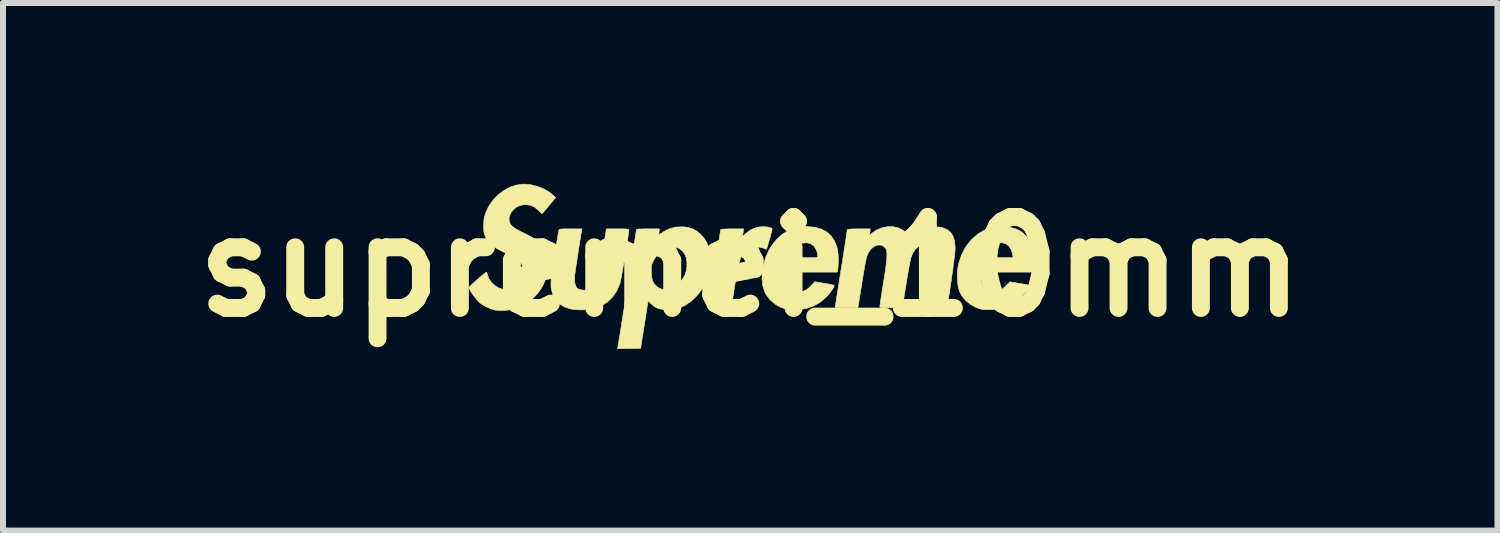
<source format=kicad_pcb>
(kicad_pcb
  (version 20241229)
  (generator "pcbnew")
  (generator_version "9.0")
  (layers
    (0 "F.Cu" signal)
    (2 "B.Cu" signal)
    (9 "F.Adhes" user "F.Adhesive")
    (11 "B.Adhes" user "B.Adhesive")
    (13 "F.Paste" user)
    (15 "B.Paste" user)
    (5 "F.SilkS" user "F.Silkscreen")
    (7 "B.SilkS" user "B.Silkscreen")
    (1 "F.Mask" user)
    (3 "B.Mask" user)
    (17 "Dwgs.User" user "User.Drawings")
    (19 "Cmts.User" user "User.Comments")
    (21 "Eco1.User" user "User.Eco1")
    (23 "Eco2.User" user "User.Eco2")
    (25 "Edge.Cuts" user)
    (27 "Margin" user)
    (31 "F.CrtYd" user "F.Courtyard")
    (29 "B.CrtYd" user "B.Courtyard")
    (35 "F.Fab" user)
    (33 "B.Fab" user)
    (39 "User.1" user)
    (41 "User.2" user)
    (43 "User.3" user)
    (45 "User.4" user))
  (footprint "supremei_10mm"
    (layer "F.Cu")
    (at 9.514 1.418)
    (property "Reference" "supremei_10mm" (at 0 0 0) (layer "F.SilkS") (effects (font (size 1.524 1.524) (thickness 0.3))))
    (attr through_hole)
    (fp_poly (pts (xy 0.295 -0.666) (xy 0.337 -0.656) (xy 0.363 -0.644) (xy 0.368 -0.633) (xy 0.365 -0.618) (xy 0.356 -0.584) (xy 0.344 -0.536) (xy 0.329 -0.482) (xy 0.313 -0.426) (xy 0.298 -0.374) (xy 0.285 -0.331) (xy 0.276 -0.302) (xy 0.273 -0.294) (xy 0.26 -0.297) (xy 0.235 -0.308) (xy 0.23 -0.31) (xy 0.185 -0.324) (xy 0.125 -0.33) (xy 0.061 -0.326) (xy 0.011 -0.315) (xy -0.043 -0.289) (xy -0.095 -0.245) (xy -0.139 -0.189) (xy -0.152 -0.167) (xy -0.166 -0.135) (xy -0.18 -0.097) (xy -0.193 -0.05) (xy -0.206 0.01) (xy -0.221 0.084) (xy -0.237 0.177) (xy -0.255 0.292) (xy -0.26 0.324) (xy -0.274 0.409) (xy -0.286 0.487) (xy -0.297 0.555) (xy -0.305 0.608) (xy -0.311 0.642) (xy -0.313 0.651) (xy -0.32 0.686) (xy -0.509 0.686) (xy -0.575 0.685) (xy -0.631 0.684) (xy -0.673 0.682) (xy -0.696 0.679) (xy -0.699 0.678) (xy -0.697 0.664) (xy -0.691 0.627) (xy -0.682 0.57) (xy -0.671 0.496) (xy -0.656 0.406) (xy -0.64 0.302) (xy -0.622 0.188) (xy -0.603 0.066) (xy -0.597 0.029) (xy -0.577 -0.095) (xy -0.559 -0.212) (xy -0.542 -0.319) (xy -0.527 -0.414) (xy -0.515 -0.494) (xy -0.505 -0.557) (xy -0.498 -0.6) (xy -0.495 -0.621) (xy -0.495 -0.623) (xy -0.483 -0.627) (xy -0.449 -0.631) (xy -0.395 -0.634) (xy -0.324 -0.635) (xy -0.303 -0.635) (xy -0.111 -0.635) (xy -0.119 -0.572) (xy -0.128 -0.509) (xy -0.08 -0.552) (xy 0.001 -0.614) (xy 0.085 -0.652) (xy 0.177 -0.67) (xy 0.185 -0.67) (xy 0.242 -0.671) (xy 0.295 -0.666)) (stroke (width 0.01) (type solid)) (fill yes) (layer "F.SilkS"))
    (fp_poly (pts (xy 1.079 -0.663) (xy 1.187 -0.634) (xy 1.279 -0.585) (xy 1.355 -0.518) (xy 1.412 -0.432) (xy 1.452 -0.33) (xy 1.472 -0.21) (xy 1.476 -0.14) (xy 1.475 -0.08) (xy 1.473 -0.022) (xy 1.469 0.023) (xy 1.467 0.035) (xy 1.458 0.089) (xy 0.594 0.089) (xy 0.599 0.189) (xy 0.611 0.277) (xy 0.637 0.343) (xy 0.676 0.389) (xy 0.729 0.416) (xy 0.798 0.425) (xy 0.875 0.415) (xy 0.943 0.384) (xy 1.007 0.331) (xy 1.027 0.31) (xy 1.08 0.25) (xy 1.24 0.277) (xy 1.301 0.287) (xy 1.352 0.297) (xy 1.388 0.305) (xy 1.406 0.309) (xy 1.406 0.31) (xy 1.405 0.325) (xy 1.391 0.355) (xy 1.366 0.394) (xy 1.334 0.437) (xy 1.298 0.48) (xy 1.271 0.509) (xy 1.168 0.596) (xy 1.055 0.659) (xy 0.931 0.7) (xy 0.796 0.718) (xy 0.787 0.718) (xy 0.727 0.719) (xy 0.67 0.717) (xy 0.625 0.713) (xy 0.613 0.711) (xy 0.509 0.678) (xy 0.415 0.624) (xy 0.334 0.554) (xy 0.27 0.471) (xy 0.247 0.428) (xy 0.212 0.322) (xy 0.197 0.206) (xy 0.201 0.085) (xy 0.223 -0.038) (xy 0.258 -0.152) (xy 0.646 -0.152) (xy 1.13 -0.152) (xy 1.13 -0.194) (xy 1.124 -0.232) (xy 1.111 -0.276) (xy 1.106 -0.287) (xy 1.067 -0.347) (xy 1.014 -0.386) (xy 0.951 -0.403) (xy 0.879 -0.396) (xy 0.871 -0.394) (xy 0.801 -0.363) (xy 0.741 -0.31) (xy 0.69 -0.234) (xy 0.687 -0.23) (xy 0.646 -0.152) (xy 0.258 -0.152) (xy 0.26 -0.16) (xy 0.313 -0.276) (xy 0.379 -0.382) (xy 0.458 -0.475) (xy 0.547 -0.551) (xy 0.608 -0.589) (xy 0.713 -0.635) (xy 0.817 -0.662) (xy 0.93 -0.673) (xy 0.954 -0.673) (xy 1.079 -0.663)) (stroke (width 0.01) (type solid)) (fill yes) (layer "F.SilkS"))
    (fp_poly (pts (xy 4.346 -0.663) (xy 4.454 -0.633) (xy 4.546 -0.583) (xy 4.622 -0.515) (xy 4.68 -0.427) (xy 4.721 -0.322) (xy 4.738 -0.242) (xy 4.745 -0.167) (xy 4.745 -0.084) (xy 4.739 -0.003) (xy 4.729 0.06) (xy 4.722 0.089) (xy 3.861 0.089) (xy 3.861 0.156) (xy 3.869 0.249) (xy 3.893 0.323) (xy 3.932 0.378) (xy 3.985 0.413) (xy 4.05 0.427) (xy 4.128 0.419) (xy 4.134 0.418) (xy 4.174 0.404) (xy 4.213 0.38) (xy 4.257 0.343) (xy 4.273 0.327) (xy 4.35 0.252) (xy 4.507 0.278) (xy 4.567 0.288) (xy 4.618 0.297) (xy 4.654 0.305) (xy 4.67 0.31) (xy 4.671 0.31) (xy 4.671 0.328) (xy 4.656 0.359) (xy 4.629 0.4) (xy 4.591 0.447) (xy 4.547 0.496) (xy 4.547 0.496) (xy 4.445 0.585) (xy 4.336 0.651) (xy 4.219 0.694) (xy 4.091 0.716) (xy 4.051 0.718) (xy 3.991 0.719) (xy 3.932 0.717) (xy 3.886 0.713) (xy 3.873 0.711) (xy 3.777 0.679) (xy 3.686 0.628) (xy 3.606 0.561) (xy 3.542 0.484) (xy 3.504 0.41) (xy 3.483 0.334) (xy 3.471 0.242) (xy 3.468 0.142) (xy 3.474 0.043) (xy 3.49 -0.049) (xy 3.491 -0.052) (xy 3.528 -0.166) (xy 3.924 -0.166) (xy 3.937 -0.16) (xy 3.975 -0.156) (xy 4.038 -0.154) (xy 4.125 -0.152) (xy 4.164 -0.152) (xy 4.403 -0.152) (xy 4.393 -0.219) (xy 4.37 -0.292) (xy 4.331 -0.349) (xy 4.276 -0.387) (xy 4.219 -0.403) (xy 4.165 -0.399) (xy 4.105 -0.38) (xy 4.048 -0.348) (xy 4.003 -0.308) (xy 3.997 -0.301) (xy 3.97 -0.261) (xy 3.945 -0.22) (xy 3.929 -0.184) (xy 3.924 -0.166) (xy 3.528 -0.166) (xy 3.539 -0.198) (xy 3.605 -0.327) (xy 3.69 -0.438) (xy 3.713 -0.463) (xy 3.813 -0.549) (xy 3.918 -0.611) (xy 4.032 -0.651) (xy 4.158 -0.671) (xy 4.223 -0.673) (xy 4.346 -0.663)) (stroke (width 0.01) (type solid)) (fill yes) (layer "F.SilkS"))
    (fp_poly (pts (xy -2.221 -0.635) (xy -2.147 -0.635) (xy -2.096 -0.634) (xy -2.062 -0.631) (xy -2.043 -0.628) (xy -2.034 -0.622) (xy -2.032 -0.613) (xy -2.032 -0.613) (xy -2.034 -0.588) (xy -2.04 -0.543) (xy -2.05 -0.48) (xy -2.061 -0.403) (xy -2.075 -0.317) (xy -2.09 -0.225) (xy -2.106 -0.13) (xy -2.122 -0.037) (xy -2.137 0.051) (xy -2.151 0.129) (xy -2.163 0.194) (xy -2.173 0.243) (xy -2.179 0.271) (xy -2.18 0.273) (xy -2.231 0.395) (xy -2.299 0.499) (xy -2.383 0.583) (xy -2.484 0.648) (xy -2.6 0.693) (xy -2.648 0.705) (xy -2.739 0.718) (xy -2.838 0.722) (xy -2.934 0.717) (xy -3.013 0.704) (xy -3.116 0.669) (xy -3.199 0.616) (xy -3.263 0.548) (xy -3.308 0.463) (xy -3.332 0.363) (xy -3.336 0.326) (xy -3.337 0.293) (xy -3.336 0.253) (xy -3.331 0.203) (xy -3.324 0.139) (xy -3.313 0.059) (xy -3.299 -0.039) (xy -3.28 -0.159) (xy -3.278 -0.171) (xy -3.262 -0.271) (xy -3.247 -0.364) (xy -3.234 -0.446) (xy -3.222 -0.515) (xy -3.214 -0.567) (xy -3.208 -0.599) (xy -3.207 -0.606) (xy -3.203 -0.617) (xy -3.196 -0.625) (xy -3.182 -0.63) (xy -3.156 -0.633) (xy -3.115 -0.635) (xy -3.056 -0.635) (xy -3.009 -0.635) (xy -2.817 -0.635) (xy -2.825 -0.6) (xy -2.83 -0.57) (xy -2.839 -0.519) (xy -2.849 -0.452) (xy -2.862 -0.372) (xy -2.876 -0.285) (xy -2.889 -0.195) (xy -2.903 -0.106) (xy -2.916 -0.023) (xy -2.926 0.051) (xy -2.935 0.11) (xy -2.94 0.15) (xy -2.942 0.161) (xy -2.943 0.233) (xy -2.932 0.296) (xy -2.911 0.344) (xy -2.896 0.362) (xy -2.865 0.377) (xy -2.82 0.388) (xy -2.769 0.393) (xy -2.722 0.391) (xy -2.712 0.389) (xy -2.667 0.367) (xy -2.622 0.326) (xy -2.584 0.274) (xy -2.566 0.241) (xy -2.557 0.216) (xy -2.547 0.18) (xy -2.536 0.133) (xy -2.524 0.071) (xy -2.51 -0.007) (xy -2.493 -0.103) (xy -2.474 -0.22) (xy -2.452 -0.358) (xy -2.437 -0.454) (xy -2.409 -0.635) (xy -2.221 -0.635)) (stroke (width 0.01) (type solid)) (fill yes) (layer "F.SilkS"))
    (fp_poly (pts (xy -1.038 -0.659) (xy -0.963 -0.636) (xy -0.895 -0.598) (xy -0.839 -0.552) (xy -0.774 -0.481) (xy -0.726 -0.403) (xy -0.691 -0.318) (xy -0.677 -0.256) (xy -0.669 -0.178) (xy -0.667 -0.091) (xy -0.671 -0.004) (xy -0.682 0.076) (xy -0.691 0.114) (xy -0.739 0.248) (xy -0.806 0.371) (xy -0.889 0.48) (xy -0.986 0.574) (xy -1.094 0.648) (xy -1.177 0.687) (xy -1.22 0.702) (xy -1.264 0.711) (xy -1.316 0.715) (xy -1.378 0.716) (xy -1.457 0.713) (xy -1.518 0.705) (xy -1.568 0.687) (xy -1.614 0.658) (xy -1.656 0.622) (xy -1.711 0.571) (xy -1.746 0.797) (xy -1.76 0.886) (xy -1.775 0.983) (xy -1.79 1.077) (xy -1.803 1.16) (xy -1.809 1.194) (xy -1.835 1.365) (xy -2.029 1.369) (xy -2.223 1.372) (xy -2.216 1.343) (xy -2.214 1.327) (xy -2.207 1.289) (xy -2.198 1.23) (xy -2.185 1.153) (xy -2.17 1.061) (xy -2.154 0.955) (xy -2.135 0.839) (xy -2.115 0.714) (xy -2.095 0.582) (xy -2.073 0.447) (xy -2.052 0.311) (xy -2.03 0.175) (xy -2.016 0.083) (xy -1.657 0.083) (xy -1.652 0.171) (xy -1.634 0.241) (xy -1.602 0.295) (xy -1.554 0.339) (xy -1.518 0.362) (xy -1.469 0.376) (xy -1.408 0.378) (xy -1.343 0.368) (xy -1.282 0.347) (xy -1.265 0.338) (xy -1.194 0.283) (xy -1.132 0.205) (xy -1.095 0.14) (xy -1.072 0.073) (xy -1.06 -0.004) (xy -1.06 -0.082) (xy -1.071 -0.153) (xy -1.088 -0.197) (xy -1.134 -0.264) (xy -1.19 -0.307) (xy -1.211 -0.317) (xy -1.261 -0.328) (xy -1.323 -0.329) (xy -1.383 -0.322) (xy -1.416 -0.312) (xy -1.468 -0.281) (xy -1.522 -0.234) (xy -1.573 -0.177) (xy -1.614 -0.117) (xy -1.62 -0.105) (xy -1.639 -0.066) (xy -1.65 -0.031) (xy -1.655 0.008) (xy -1.657 0.06) (xy -1.657 0.083) (xy -2.016 0.083) (xy -2.009 0.043) (xy -1.989 -0.085) (xy -1.971 -0.204) (xy -1.953 -0.313) (xy -1.938 -0.41) (xy -1.926 -0.491) (xy -1.916 -0.556) (xy -1.909 -0.601) (xy -1.905 -0.625) (xy -1.905 -0.627) (xy -1.893 -0.63) (xy -1.86 -0.632) (xy -1.81 -0.634) (xy -1.748 -0.635) (xy -1.713 -0.635) (xy -1.521 -0.635) (xy -1.527 -0.584) (xy -1.53 -0.552) (xy -1.525 -0.541) (xy -1.52 -0.542) (xy -1.501 -0.555) (xy -1.47 -0.575) (xy -1.454 -0.586) (xy -1.356 -0.637) (xy -1.247 -0.665) (xy -1.13 -0.67) (xy -1.038 -0.659)) (stroke (width 0.01) (type solid)) (fill yes) (layer "F.SilkS"))
    (fp_poly (pts (xy -3.672 -1.374) (xy -3.559 -1.345) (xy -3.451 -1.302) (xy -3.357 -1.245) (xy -3.317 -1.212) (xy -3.259 -1.16) (xy -3.371 -1.024) (xy -3.412 -0.975) (xy -3.447 -0.934) (xy -3.473 -0.905) (xy -3.486 -0.89) (xy -3.487 -0.889) (xy -3.498 -0.897) (xy -3.521 -0.919) (xy -3.552 -0.95) (xy -3.554 -0.951) (xy -3.613 -1.001) (xy -3.674 -1.029) (xy -3.746 -1.04) (xy -3.772 -1.041) (xy -3.846 -1.03) (xy -3.914 -1) (xy -3.971 -0.954) (xy -4.013 -0.897) (xy -4.036 -0.833) (xy -4.039 -0.799) (xy -4.035 -0.759) (xy -4.023 -0.724) (xy -3.999 -0.691) (xy -3.961 -0.659) (xy -3.906 -0.624) (xy -3.831 -0.584) (xy -3.777 -0.558) (xy -3.665 -0.5) (xy -3.576 -0.444) (xy -3.507 -0.389) (xy -3.455 -0.331) (xy -3.418 -0.27) (xy -3.415 -0.264) (xy -3.395 -0.2) (xy -3.385 -0.12) (xy -3.383 -0.031) (xy -3.39 0.059) (xy -3.406 0.143) (xy -3.414 0.171) (xy -3.456 0.28) (xy -3.506 0.372) (xy -3.569 0.456) (xy -3.619 0.509) (xy -3.719 0.597) (xy -3.823 0.661) (xy -3.937 0.703) (xy -4.063 0.726) (xy -4.115 0.73) (xy -4.173 0.731) (xy -4.229 0.729) (xy -4.272 0.725) (xy -4.278 0.724) (xy -4.354 0.7) (xy -4.435 0.663) (xy -4.508 0.619) (xy -4.529 0.602) (xy -4.557 0.575) (xy -4.59 0.536) (xy -4.626 0.49) (xy -4.66 0.443) (xy -4.688 0.399) (xy -4.706 0.365) (xy -4.712 0.348) (xy -4.703 0.336) (xy -4.678 0.311) (xy -4.642 0.278) (xy -4.599 0.239) (xy -4.553 0.198) (xy -4.507 0.159) (xy -4.467 0.126) (xy -4.436 0.101) (xy -4.418 0.089) (xy -4.416 0.089) (xy -4.41 0.1) (xy -4.403 0.127) (xy -4.402 0.131) (xy -4.377 0.199) (xy -4.333 0.263) (xy -4.274 0.317) (xy -4.207 0.356) (xy -4.147 0.374) (xy -4.069 0.374) (xy -3.996 0.351) (xy -3.93 0.31) (xy -3.875 0.253) (xy -3.835 0.183) (xy -3.813 0.104) (xy -3.81 0.061) (xy -3.812 0.012) (xy -3.82 -0.029) (xy -3.837 -0.064) (xy -3.865 -0.096) (xy -3.907 -0.128) (xy -3.966 -0.163) (xy -4.045 -0.204) (xy -4.083 -0.222) (xy -4.181 -0.272) (xy -4.259 -0.316) (xy -4.319 -0.358) (xy -4.365 -0.399) (xy -4.4 -0.444) (xy -4.428 -0.493) (xy -4.446 -0.531) (xy -4.456 -0.565) (xy -4.462 -0.603) (xy -4.464 -0.654) (xy -4.464 -0.686) (xy -4.461 -0.762) (xy -4.453 -0.823) (xy -4.438 -0.881) (xy -4.434 -0.891) (xy -4.384 -1.005) (xy -4.314 -1.108) (xy -4.229 -1.199) (xy -4.132 -1.274) (xy -4.026 -1.332) (xy -3.914 -1.369) (xy -3.799 -1.384) (xy -3.785 -1.384) (xy -3.672 -1.374)) (stroke (width 0.01) (type solid)) (fill yes) (layer "F.SilkS"))
    (fp_poly (pts (xy 2.476 -0.654) (xy 2.529 -0.629) (xy 2.585 -0.59) (xy 2.633 -0.544) (xy 2.664 -0.502) (xy 2.674 -0.488) (xy 2.684 -0.487) (xy 2.702 -0.5) (xy 2.727 -0.522) (xy 2.817 -0.594) (xy 2.91 -0.642) (xy 3.01 -0.667) (xy 3.118 -0.67) (xy 3.215 -0.657) (xy 3.293 -0.626) (xy 3.353 -0.579) (xy 3.396 -0.514) (xy 3.422 -0.43) (xy 3.432 -0.327) (xy 3.432 -0.305) (xy 3.43 -0.269) (xy 3.424 -0.211) (xy 3.416 -0.136) (xy 3.404 -0.048) (xy 3.392 0.049) (xy 3.377 0.151) (xy 3.363 0.254) (xy 3.347 0.355) (xy 3.333 0.449) (xy 3.319 0.532) (xy 3.307 0.601) (xy 3.297 0.651) (xy 3.296 0.657) (xy 3.292 0.668) (xy 3.285 0.676) (xy 3.27 0.681) (xy 3.244 0.684) (xy 3.202 0.685) (xy 3.14 0.686) (xy 3.106 0.686) (xy 3.04 0.685) (xy 2.984 0.683) (xy 2.943 0.681) (xy 2.92 0.678) (xy 2.917 0.676) (xy 2.918 0.662) (xy 2.922 0.625) (xy 2.929 0.57) (xy 2.94 0.499) (xy 2.952 0.416) (xy 2.967 0.323) (xy 2.974 0.279) (xy 2.996 0.137) (xy 3.013 0.018) (xy 3.025 -0.081) (xy 3.032 -0.161) (xy 3.032 -0.224) (xy 3.028 -0.273) (xy 3.017 -0.308) (xy 3.001 -0.334) (xy 2.978 -0.35) (xy 2.95 -0.361) (xy 2.939 -0.363) (xy 2.877 -0.362) (xy 2.819 -0.339) (xy 2.766 -0.294) (xy 2.723 -0.231) (xy 2.694 -0.161) (xy 2.685 -0.127) (xy 2.674 -0.072) (xy 2.66 -0.000198) (xy 2.645 0.085) (xy 2.629 0.178) (xy 2.613 0.277) (xy 2.61 0.293) (xy 2.595 0.387) (xy 2.581 0.473) (xy 2.569 0.548) (xy 2.558 0.609) (xy 2.55 0.651) (xy 2.546 0.673) (xy 2.545 0.675) (xy 2.531 0.679) (xy 2.496 0.682) (xy 2.444 0.684) (xy 2.382 0.686) (xy 2.355 0.686) (xy 2.283 0.686) (xy 2.233 0.685) (xy 2.201 0.682) (xy 2.182 0.679) (xy 2.174 0.672) (xy 2.172 0.663) (xy 2.172 0.661) (xy 2.174 0.643) (xy 2.179 0.603) (xy 2.188 0.545) (xy 2.199 0.471) (xy 2.212 0.387) (xy 2.227 0.294) (xy 2.23 0.277) (xy 2.251 0.142) (xy 2.268 0.029) (xy 2.28 -0.063) (xy 2.287 -0.138) (xy 2.29 -0.196) (xy 2.288 -0.242) (xy 2.283 -0.276) (xy 2.273 -0.302) (xy 2.266 -0.313) (xy 2.225 -0.35) (xy 2.177 -0.366) (xy 2.125 -0.362) (xy 2.073 -0.34) (xy 2.025 -0.3) (xy 1.983 -0.246) (xy 1.953 -0.179) (xy 1.952 -0.178) (xy 1.945 -0.147) (xy 1.934 -0.095) (xy 1.92 -0.026) (xy 1.906 0.056) (xy 1.89 0.147) (xy 1.874 0.244) (xy 1.873 0.254) (xy 1.858 0.349) (xy 1.844 0.436) (xy 1.831 0.514) (xy 1.821 0.577) (xy 1.813 0.624) (xy 1.809 0.649) (xy 1.809 0.651) (xy 1.801 0.686) (xy 1.612 0.686) (xy 1.546 0.685) (xy 1.49 0.684) (xy 1.448 0.683) (xy 1.425 0.681) (xy 1.422 0.68) (xy 1.424 0.666) (xy 1.43 0.63) (xy 1.439 0.574) (xy 1.45 0.499) (xy 1.464 0.409) (xy 1.481 0.306) (xy 1.499 0.192) (xy 1.518 0.07) (xy 1.524 0.033) (xy 1.544 -0.091) (xy 1.562 -0.208) (xy 1.579 -0.316) (xy 1.594 -0.411) (xy 1.606 -0.491) (xy 1.616 -0.554) (xy 1.622 -0.598) (xy 1.625 -0.619) (xy 1.626 -0.621) (xy 1.636 -0.627) (xy 1.668 -0.631) (xy 1.723 -0.634) (xy 1.802 -0.635) (xy 1.818 -0.635) (xy 2.01 -0.635) (xy 2.004 -0.58) (xy 1.998 -0.525) (xy 2.037 -0.562) (xy 2.112 -0.614) (xy 2.201 -0.651) (xy 2.297 -0.671) (xy 2.393 -0.671) (xy 2.476 -0.654)) (stroke (width 0.01) (type solid)) (fill yes) (layer "F.SilkS")))
  (gr_rect
    (start -3 -3)
    (end 22.028 5.836)
    (stroke (width 0.1) (type default))
    (fill no)
    (layer "Edge.Cuts")))
</source>
